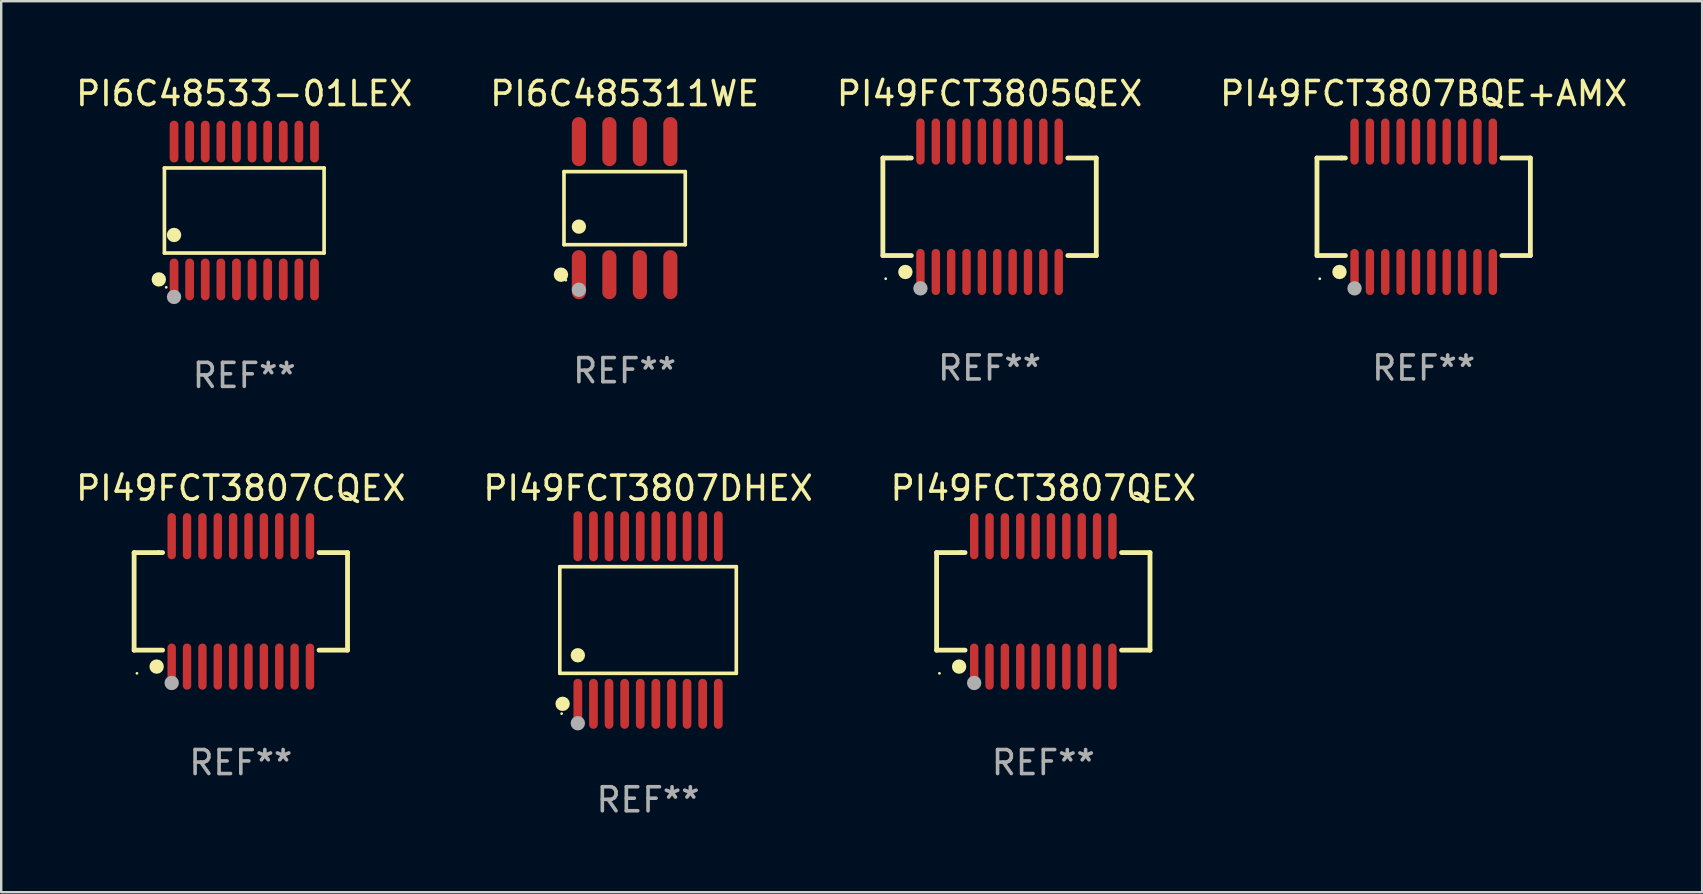
<source format=kicad_pcb>
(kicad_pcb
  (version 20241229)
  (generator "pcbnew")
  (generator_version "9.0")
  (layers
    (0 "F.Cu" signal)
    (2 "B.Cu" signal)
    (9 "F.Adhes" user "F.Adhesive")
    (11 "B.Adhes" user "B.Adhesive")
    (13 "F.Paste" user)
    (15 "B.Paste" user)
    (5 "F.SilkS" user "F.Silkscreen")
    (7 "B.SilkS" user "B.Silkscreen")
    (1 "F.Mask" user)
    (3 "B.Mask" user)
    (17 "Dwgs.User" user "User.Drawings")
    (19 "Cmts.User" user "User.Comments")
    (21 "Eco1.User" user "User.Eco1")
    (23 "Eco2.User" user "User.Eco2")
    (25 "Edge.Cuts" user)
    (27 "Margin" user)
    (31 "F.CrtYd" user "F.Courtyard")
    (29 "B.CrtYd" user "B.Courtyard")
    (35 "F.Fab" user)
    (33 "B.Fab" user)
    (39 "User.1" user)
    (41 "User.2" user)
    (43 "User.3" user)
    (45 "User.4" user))
  (footprint "PI6C485311WE"
    (layer "F.Cu")
    (at 22.97 5.621)
    (property "Reference" "PI6C485311WE" (at 0 -4.772 0) (layer "F.SilkS") (effects (font (size 1 1) (thickness 0.15))))
    (attr through_hole)
    (fp_line (start -2.526 -1.521) (end 2.526 -1.521) (stroke (width 0.152) (type solid)) (layer "F.SilkS"))
    (fp_line (start -2.526 1.521) (end -2.526 -1.521) (stroke (width 0.152) (type solid)) (layer "F.SilkS"))
    (fp_line (start 2.526 -1.521) (end 2.526 1.521) (stroke (width 0.152) (type solid)) (layer "F.SilkS"))
    (fp_line (start 2.526 1.521) (end -2.526 1.521) (stroke (width 0.152) (type solid)) (layer "F.SilkS"))
    (fp_circle (center -2.652 2.772) (end -2.501 2.772) (stroke (width 0.3) (type solid)) (fill no) (layer "F.SilkS"))
    (fp_circle (center -2.45 3) (end -2.42 3) (stroke (width 0.06) (type solid)) (fill no) (layer "F.SilkS"))
    (fp_circle (center -1.905 0.769) (end -1.755 0.769) (stroke (width 0.3) (type solid)) (fill no) (layer "F.SilkS"))
    (fp_circle (center -1.905 3.4) (end -1.755 3.4) (stroke (width 0.3) (type solid)) (fill no) (layer "F.Fab"))
    (fp_text user "REF**" (at 0 6.772 0) (layer "F.Fab") (effects (font (size 1 1) (thickness 0.15))))
    (pad "1" smd oval (at -1.905 2.772) (size 0.588 2.045) (layers "F.Cu" "F.Mask" "F.Paste"))
    (pad "2" smd oval (at -0.635 2.772) (size 0.588 2.045) (layers "F.Cu" "F.Mask" "F.Paste"))
    (pad "3" smd oval (at 0.635 2.772) (size 0.588 2.045) (layers "F.Cu" "F.Mask" "F.Paste"))
    (pad "4" smd oval (at 1.905 2.772) (size 0.588 2.045) (layers "F.Cu" "F.Mask" "F.Paste"))
    (pad "5" smd oval (at 1.905 -2.772) (size 0.588 2.045) (layers "F.Cu" "F.Mask" "F.Paste"))
    (pad "6" smd oval (at 0.635 -2.772) (size 0.588 2.045) (layers "F.Cu" "F.Mask" "F.Paste"))
    (pad "7" smd oval (at -0.635 -2.772) (size 0.588 2.045) (layers "F.Cu" "F.Mask" "F.Paste"))
    (pad "8" smd oval (at -1.905 -2.772) (size 0.588 2.045) (layers "F.Cu" "F.Mask" "F.Paste")))
  (footprint "PI49FCT3807DHEX"
    (layer "F.Cu")
    (at 23.946 22.778)
    (property "Reference" "PI49FCT3807DHEX" (at 0 -5.491 0) (layer "F.SilkS") (effects (font (size 1 1) (thickness 0.15))))
    (attr through_hole)
    (fp_line (start -3.676 -2.221) (end 3.676 -2.221) (stroke (width 0.152) (type solid)) (layer "F.SilkS"))
    (fp_line (start -3.676 2.221) (end -3.676 -2.221) (stroke (width 0.152) (type solid)) (layer "F.SilkS"))
    (fp_line (start 3.676 -2.221) (end 3.676 2.221) (stroke (width 0.152) (type solid)) (layer "F.SilkS"))
    (fp_line (start 3.676 2.221) (end -3.676 2.221) (stroke (width 0.152) (type solid)) (layer "F.SilkS"))
    (fp_circle (center -3.6 3.9) (end -3.57 3.9) (stroke (width 0.06) (type solid)) (fill no) (layer "F.SilkS"))
    (fp_circle (center -3.559 3.491) (end -3.409 3.491) (stroke (width 0.3) (type solid)) (fill no) (layer "F.SilkS"))
    (fp_circle (center -2.925 1.469) (end -2.775 1.469) (stroke (width 0.3) (type solid)) (fill no) (layer "F.SilkS"))
    (fp_circle (center -2.925 4.3) (end -2.775 4.3) (stroke (width 0.3) (type solid)) (fill no) (layer "F.Fab"))
    (fp_text user "REF**" (at 0 7.491 0) (layer "F.Fab") (effects (font (size 1 1) (thickness 0.15))))
    (pad "1" smd oval (at -2.925 3.491) (size 0.364 2.082) (layers "F.Cu" "F.Mask" "F.Paste"))
    (pad "2" smd oval (at -2.275 3.491) (size 0.364 2.082) (layers "F.Cu" "F.Mask" "F.Paste"))
    (pad "3" smd oval (at -1.625 3.491) (size 0.364 2.082) (layers "F.Cu" "F.Mask" "F.Paste"))
    (pad "4" smd oval (at -0.975 3.491) (size 0.364 2.082) (layers "F.Cu" "F.Mask" "F.Paste"))
    (pad "5" smd oval (at -0.325 3.491) (size 0.364 2.082) (layers "F.Cu" "F.Mask" "F.Paste"))
    (pad "6" smd oval (at 0.325 3.491) (size 0.364 2.082) (layers "F.Cu" "F.Mask" "F.Paste"))
    (pad "7" smd oval (at 0.975 3.491) (size 0.364 2.082) (layers "F.Cu" "F.Mask" "F.Paste"))
    (pad "8" smd oval (at 1.625 3.491) (size 0.364 2.082) (layers "F.Cu" "F.Mask" "F.Paste"))
    (pad "9" smd oval (at 2.275 3.491) (size 0.364 2.082) (layers "F.Cu" "F.Mask" "F.Paste"))
    (pad "10" smd oval (at 2.925 3.491) (size 0.364 2.082) (layers "F.Cu" "F.Mask" "F.Paste"))
    (pad "11" smd oval (at 2.925 -3.491) (size 0.364 2.082) (layers "F.Cu" "F.Mask" "F.Paste"))
    (pad "12" smd oval (at 2.275 -3.491) (size 0.364 2.082) (layers "F.Cu" "F.Mask" "F.Paste"))
    (pad "13" smd oval (at 1.625 -3.491) (size 0.364 2.082) (layers "F.Cu" "F.Mask" "F.Paste"))
    (pad "14" smd oval (at 0.975 -3.491) (size 0.364 2.082) (layers "F.Cu" "F.Mask" "F.Paste"))
    (pad "15" smd oval (at 0.325 -3.491) (size 0.364 2.082) (layers "F.Cu" "F.Mask" "F.Paste"))
    (pad "16" smd oval (at -0.325 -3.491) (size 0.364 2.082) (layers "F.Cu" "F.Mask" "F.Paste"))
    (pad "17" smd oval (at -0.975 -3.491) (size 0.364 2.082) (layers "F.Cu" "F.Mask" "F.Paste"))
    (pad "18" smd oval (at -1.625 -3.491) (size 0.364 2.082) (layers "F.Cu" "F.Mask" "F.Paste"))
    (pad "19" smd oval (at -2.275 -3.491) (size 0.364 2.082) (layers "F.Cu" "F.Mask" "F.Paste"))
    (pad "20" smd oval (at -2.925 -3.491) (size 0.364 2.082) (layers "F.Cu" "F.Mask" "F.Paste")))
  (footprint "PI49FCT3805QEX"
    (layer "F.Cu")
    (at 38.173 5.564)
    (property "Reference" "PI49FCT3805QEX" (at 0 -4.716 0) (layer "F.SilkS") (effects (font (size 1 1) (thickness 0.15))))
    (attr through_hole)
    (fp_line (start -4.445 -2.032) (end -4.445 2.032) (stroke (width 0.2) (type solid)) (layer "F.SilkS"))
    (fp_line (start -4.445 2.032) (end -3.259 2.032) (stroke (width 0.2) (type solid)) (layer "F.SilkS"))
    (fp_line (start -3.429 -2.032) (end -4.445 -2.032) (stroke (width 0.2) (type solid)) (layer "F.SilkS"))
    (fp_line (start -3.259 -2.032) (end -3.429 -2.032) (stroke (width 0.2) (type solid)) (layer "F.SilkS"))
    (fp_line (start 3.259 2.032) (end 4.445 2.032) (stroke (width 0.2) (type solid)) (layer "F.SilkS"))
    (fp_line (start 4.445 -2.032) (end 3.259 -2.032) (stroke (width 0.2) (type solid)) (layer "F.SilkS"))
    (fp_line (start 4.445 2.032) (end 4.445 -2.032) (stroke (width 0.2) (type solid)) (layer "F.SilkS"))
    (fp_circle (center -4.327 2.997) (end -4.297 2.997) (stroke (width 0.06) (type solid)) (fill no) (layer "F.SilkS"))
    (fp_circle (center -3.507 2.716) (end -3.357 2.716) (stroke (width 0.3) (type solid)) (fill no) (layer "F.SilkS"))
    (fp_circle (center -2.88 3.398) (end -2.73 3.398) (stroke (width 0.3) (type solid)) (fill no) (layer "F.Fab"))
    (fp_text user "REF**" (at 0 6.716 0) (layer "F.Fab") (effects (font (size 1 1) (thickness 0.15))))
    (pad "1" smd oval (at -2.88 2.716) (size 0.35 1.922) (layers "F.Cu" "F.Mask" "F.Paste"))
    (pad "2" smd oval (at -2.24 2.716) (size 0.35 1.922) (layers "F.Cu" "F.Mask" "F.Paste"))
    (pad "3" smd oval (at -1.6 2.716) (size 0.35 1.922) (layers "F.Cu" "F.Mask" "F.Paste"))
    (pad "4" smd oval (at -0.96 2.716) (size 0.35 1.922) (layers "F.Cu" "F.Mask" "F.Paste"))
    (pad "5" smd oval (at -0.32 2.716) (size 0.35 1.922) (layers "F.Cu" "F.Mask" "F.Paste"))
    (pad "6" smd oval (at 0.32 2.716) (size 0.35 1.922) (layers "F.Cu" "F.Mask" "F.Paste"))
    (pad "7" smd oval (at 0.96 2.716) (size 0.35 1.922) (layers "F.Cu" "F.Mask" "F.Paste"))
    (pad "8" smd oval (at 1.6 2.716) (size 0.35 1.922) (layers "F.Cu" "F.Mask" "F.Paste"))
    (pad "9" smd oval (at 2.24 2.716) (size 0.35 1.922) (layers "F.Cu" "F.Mask" "F.Paste"))
    (pad "10" smd oval (at 2.88 2.716) (size 0.35 1.922) (layers "F.Cu" "F.Mask" "F.Paste"))
    (pad "11" smd oval (at 2.88 -2.716) (size 0.35 1.922) (layers "F.Cu" "F.Mask" "F.Paste"))
    (pad "12" smd oval (at 2.24 -2.716) (size 0.35 1.922) (layers "F.Cu" "F.Mask" "F.Paste"))
    (pad "13" smd oval (at 1.6 -2.716) (size 0.35 1.922) (layers "F.Cu" "F.Mask" "F.Paste"))
    (pad "14" smd oval (at 0.96 -2.716) (size 0.35 1.922) (layers "F.Cu" "F.Mask" "F.Paste"))
    (pad "15" smd oval (at 0.32 -2.716) (size 0.35 1.922) (layers "F.Cu" "F.Mask" "F.Paste"))
    (pad "16" smd oval (at -0.32 -2.716) (size 0.35 1.922) (layers "F.Cu" "F.Mask" "F.Paste"))
    (pad "17" smd oval (at -0.96 -2.716) (size 0.35 1.922) (layers "F.Cu" "F.Mask" "F.Paste"))
    (pad "18" smd oval (at -1.6 -2.716) (size 0.35 1.922) (layers "F.Cu" "F.Mask" "F.Paste"))
    (pad "19" smd oval (at -2.24 -2.716) (size 0.35 1.922) (layers "F.Cu" "F.Mask" "F.Paste"))
    (pad "20" smd oval (at -2.88 -2.716) (size 0.35 1.922) (layers "F.Cu" "F.Mask" "F.Paste")))
  (footprint "PI49FCT3807CQEX"
    (layer "F.Cu")
    (at 6.982 22.002)
    (property "Reference" "PI49FCT3807CQEX" (at 0 -4.716 0) (layer "F.SilkS") (effects (font (size 1 1) (thickness 0.15))))
    (attr through_hole)
    (fp_line (start -4.445 -2.032) (end -4.445 2.032) (stroke (width 0.2) (type solid)) (layer "F.SilkS"))
    (fp_line (start -4.445 2.032) (end -3.259 2.032) (stroke (width 0.2) (type solid)) (layer "F.SilkS"))
    (fp_line (start -3.429 -2.032) (end -4.445 -2.032) (stroke (width 0.2) (type solid)) (layer "F.SilkS"))
    (fp_line (start -3.259 -2.032) (end -3.429 -2.032) (stroke (width 0.2) (type solid)) (layer "F.SilkS"))
    (fp_line (start 3.259 2.032) (end 4.445 2.032) (stroke (width 0.2) (type solid)) (layer "F.SilkS"))
    (fp_line (start 4.445 -2.032) (end 3.259 -2.032) (stroke (width 0.2) (type solid)) (layer "F.SilkS"))
    (fp_line (start 4.445 2.032) (end 4.445 -2.032) (stroke (width 0.2) (type solid)) (layer "F.SilkS"))
    (fp_circle (center -4.327 2.997) (end -4.297 2.997) (stroke (width 0.06) (type solid)) (fill no) (layer "F.SilkS"))
    (fp_circle (center -3.507 2.716) (end -3.357 2.716) (stroke (width 0.3) (type solid)) (fill no) (layer "F.SilkS"))
    (fp_circle (center -2.88 3.398) (end -2.73 3.398) (stroke (width 0.3) (type solid)) (fill no) (layer "F.Fab"))
    (fp_text user "REF**" (at 0 6.716 0) (layer "F.Fab") (effects (font (size 1 1) (thickness 0.15))))
    (pad "1" smd oval (at -2.88 2.716) (size 0.35 1.922) (layers "F.Cu" "F.Mask" "F.Paste"))
    (pad "2" smd oval (at -2.24 2.716) (size 0.35 1.922) (layers "F.Cu" "F.Mask" "F.Paste"))
    (pad "3" smd oval (at -1.6 2.716) (size 0.35 1.922) (layers "F.Cu" "F.Mask" "F.Paste"))
    (pad "4" smd oval (at -0.96 2.716) (size 0.35 1.922) (layers "F.Cu" "F.Mask" "F.Paste"))
    (pad "5" smd oval (at -0.32 2.716) (size 0.35 1.922) (layers "F.Cu" "F.Mask" "F.Paste"))
    (pad "6" smd oval (at 0.32 2.716) (size 0.35 1.922) (layers "F.Cu" "F.Mask" "F.Paste"))
    (pad "7" smd oval (at 0.96 2.716) (size 0.35 1.922) (layers "F.Cu" "F.Mask" "F.Paste"))
    (pad "8" smd oval (at 1.6 2.716) (size 0.35 1.922) (layers "F.Cu" "F.Mask" "F.Paste"))
    (pad "9" smd oval (at 2.24 2.716) (size 0.35 1.922) (layers "F.Cu" "F.Mask" "F.Paste"))
    (pad "10" smd oval (at 2.88 2.716) (size 0.35 1.922) (layers "F.Cu" "F.Mask" "F.Paste"))
    (pad "11" smd oval (at 2.88 -2.716) (size 0.35 1.922) (layers "F.Cu" "F.Mask" "F.Paste"))
    (pad "12" smd oval (at 2.24 -2.716) (size 0.35 1.922) (layers "F.Cu" "F.Mask" "F.Paste"))
    (pad "13" smd oval (at 1.6 -2.716) (size 0.35 1.922) (layers "F.Cu" "F.Mask" "F.Paste"))
    (pad "14" smd oval (at 0.96 -2.716) (size 0.35 1.922) (layers "F.Cu" "F.Mask" "F.Paste"))
    (pad "15" smd oval (at 0.32 -2.716) (size 0.35 1.922) (layers "F.Cu" "F.Mask" "F.Paste"))
    (pad "16" smd oval (at -0.32 -2.716) (size 0.35 1.922) (layers "F.Cu" "F.Mask" "F.Paste"))
    (pad "17" smd oval (at -0.96 -2.716) (size 0.35 1.922) (layers "F.Cu" "F.Mask" "F.Paste"))
    (pad "18" smd oval (at -1.6 -2.716) (size 0.35 1.922) (layers "F.Cu" "F.Mask" "F.Paste"))
    (pad "19" smd oval (at -2.24 -2.716) (size 0.35 1.922) (layers "F.Cu" "F.Mask" "F.Paste"))
    (pad "20" smd oval (at -2.88 -2.716) (size 0.35 1.922) (layers "F.Cu" "F.Mask" "F.Paste")))
  (footprint "PI49FCT3807BQE+AMX"
    (layer "F.Cu")
    (at 56.256 5.564)
    (property "Reference" "PI49FCT3807BQE+AMX" (at 0 -4.716 0) (layer "F.SilkS") (effects (font (size 1 1) (thickness 0.15))))
    (attr through_hole)
    (fp_line (start -4.445 -2.032) (end -4.445 2.032) (stroke (width 0.2) (type solid)) (layer "F.SilkS"))
    (fp_line (start -4.445 2.032) (end -3.259 2.032) (stroke (width 0.2) (type solid)) (layer "F.SilkS"))
    (fp_line (start -3.429 -2.032) (end -4.445 -2.032) (stroke (width 0.2) (type solid)) (layer "F.SilkS"))
    (fp_line (start -3.259 -2.032) (end -3.429 -2.032) (stroke (width 0.2) (type solid)) (layer "F.SilkS"))
    (fp_line (start 3.259 2.032) (end 4.445 2.032) (stroke (width 0.2) (type solid)) (layer "F.SilkS"))
    (fp_line (start 4.445 -2.032) (end 3.259 -2.032) (stroke (width 0.2) (type solid)) (layer "F.SilkS"))
    (fp_line (start 4.445 2.032) (end 4.445 -2.032) (stroke (width 0.2) (type solid)) (layer "F.SilkS"))
    (fp_circle (center -4.327 2.997) (end -4.297 2.997) (stroke (width 0.06) (type solid)) (fill no) (layer "F.SilkS"))
    (fp_circle (center -3.507 2.716) (end -3.357 2.716) (stroke (width 0.3) (type solid)) (fill no) (layer "F.SilkS"))
    (fp_circle (center -2.88 3.398) (end -2.73 3.398) (stroke (width 0.3) (type solid)) (fill no) (layer "F.Fab"))
    (fp_text user "REF**" (at 0 6.716 0) (layer "F.Fab") (effects (font (size 1 1) (thickness 0.15))))
    (pad "1" smd oval (at -2.88 2.716) (size 0.35 1.922) (layers "F.Cu" "F.Mask" "F.Paste"))
    (pad "2" smd oval (at -2.24 2.716) (size 0.35 1.922) (layers "F.Cu" "F.Mask" "F.Paste"))
    (pad "3" smd oval (at -1.6 2.716) (size 0.35 1.922) (layers "F.Cu" "F.Mask" "F.Paste"))
    (pad "4" smd oval (at -0.96 2.716) (size 0.35 1.922) (layers "F.Cu" "F.Mask" "F.Paste"))
    (pad "5" smd oval (at -0.32 2.716) (size 0.35 1.922) (layers "F.Cu" "F.Mask" "F.Paste"))
    (pad "6" smd oval (at 0.32 2.716) (size 0.35 1.922) (layers "F.Cu" "F.Mask" "F.Paste"))
    (pad "7" smd oval (at 0.96 2.716) (size 0.35 1.922) (layers "F.Cu" "F.Mask" "F.Paste"))
    (pad "8" smd oval (at 1.6 2.716) (size 0.35 1.922) (layers "F.Cu" "F.Mask" "F.Paste"))
    (pad "9" smd oval (at 2.24 2.716) (size 0.35 1.922) (layers "F.Cu" "F.Mask" "F.Paste"))
    (pad "10" smd oval (at 2.88 2.716) (size 0.35 1.922) (layers "F.Cu" "F.Mask" "F.Paste"))
    (pad "11" smd oval (at 2.88 -2.716) (size 0.35 1.922) (layers "F.Cu" "F.Mask" "F.Paste"))
    (pad "12" smd oval (at 2.24 -2.716) (size 0.35 1.922) (layers "F.Cu" "F.Mask" "F.Paste"))
    (pad "13" smd oval (at 1.6 -2.716) (size 0.35 1.922) (layers "F.Cu" "F.Mask" "F.Paste"))
    (pad "14" smd oval (at 0.96 -2.716) (size 0.35 1.922) (layers "F.Cu" "F.Mask" "F.Paste"))
    (pad "15" smd oval (at 0.32 -2.716) (size 0.35 1.922) (layers "F.Cu" "F.Mask" "F.Paste"))
    (pad "16" smd oval (at -0.32 -2.716) (size 0.35 1.922) (layers "F.Cu" "F.Mask" "F.Paste"))
    (pad "17" smd oval (at -0.96 -2.716) (size 0.35 1.922) (layers "F.Cu" "F.Mask" "F.Paste"))
    (pad "18" smd oval (at -1.6 -2.716) (size 0.35 1.922) (layers "F.Cu" "F.Mask" "F.Paste"))
    (pad "19" smd oval (at -2.24 -2.716) (size 0.35 1.922) (layers "F.Cu" "F.Mask" "F.Paste"))
    (pad "20" smd oval (at -2.88 -2.716) (size 0.35 1.922) (layers "F.Cu" "F.Mask" "F.Paste")))
  (footprint "PI49FCT3807QEX"
    (layer "F.Cu")
    (at 40.411 22.002)
    (property "Reference" "PI49FCT3807QEX" (at 0 -4.716 0) (layer "F.SilkS") (effects (font (size 1 1) (thickness 0.15))))
    (attr through_hole)
    (fp_line (start -4.445 -2.032) (end -4.445 2.032) (stroke (width 0.2) (type solid)) (layer "F.SilkS"))
    (fp_line (start -4.445 2.032) (end -3.259 2.032) (stroke (width 0.2) (type solid)) (layer "F.SilkS"))
    (fp_line (start -3.429 -2.032) (end -4.445 -2.032) (stroke (width 0.2) (type solid)) (layer "F.SilkS"))
    (fp_line (start -3.259 -2.032) (end -3.429 -2.032) (stroke (width 0.2) (type solid)) (layer "F.SilkS"))
    (fp_line (start 3.259 2.032) (end 4.445 2.032) (stroke (width 0.2) (type solid)) (layer "F.SilkS"))
    (fp_line (start 4.445 -2.032) (end 3.259 -2.032) (stroke (width 0.2) (type solid)) (layer "F.SilkS"))
    (fp_line (start 4.445 2.032) (end 4.445 -2.032) (stroke (width 0.2) (type solid)) (layer "F.SilkS"))
    (fp_circle (center -4.327 2.997) (end -4.297 2.997) (stroke (width 0.06) (type solid)) (fill no) (layer "F.SilkS"))
    (fp_circle (center -3.507 2.716) (end -3.357 2.716) (stroke (width 0.3) (type solid)) (fill no) (layer "F.SilkS"))
    (fp_circle (center -2.88 3.398) (end -2.73 3.398) (stroke (width 0.3) (type solid)) (fill no) (layer "F.Fab"))
    (fp_text user "REF**" (at 0 6.716 0) (layer "F.Fab") (effects (font (size 1 1) (thickness 0.15))))
    (pad "1" smd oval (at -2.88 2.716) (size 0.35 1.922) (layers "F.Cu" "F.Mask" "F.Paste"))
    (pad "2" smd oval (at -2.24 2.716) (size 0.35 1.922) (layers "F.Cu" "F.Mask" "F.Paste"))
    (pad "3" smd oval (at -1.6 2.716) (size 0.35 1.922) (layers "F.Cu" "F.Mask" "F.Paste"))
    (pad "4" smd oval (at -0.96 2.716) (size 0.35 1.922) (layers "F.Cu" "F.Mask" "F.Paste"))
    (pad "5" smd oval (at -0.32 2.716) (size 0.35 1.922) (layers "F.Cu" "F.Mask" "F.Paste"))
    (pad "6" smd oval (at 0.32 2.716) (size 0.35 1.922) (layers "F.Cu" "F.Mask" "F.Paste"))
    (pad "7" smd oval (at 0.96 2.716) (size 0.35 1.922) (layers "F.Cu" "F.Mask" "F.Paste"))
    (pad "8" smd oval (at 1.6 2.716) (size 0.35 1.922) (layers "F.Cu" "F.Mask" "F.Paste"))
    (pad "9" smd oval (at 2.24 2.716) (size 0.35 1.922) (layers "F.Cu" "F.Mask" "F.Paste"))
    (pad "10" smd oval (at 2.88 2.716) (size 0.35 1.922) (layers "F.Cu" "F.Mask" "F.Paste"))
    (pad "11" smd oval (at 2.88 -2.716) (size 0.35 1.922) (layers "F.Cu" "F.Mask" "F.Paste"))
    (pad "12" smd oval (at 2.24 -2.716) (size 0.35 1.922) (layers "F.Cu" "F.Mask" "F.Paste"))
    (pad "13" smd oval (at 1.6 -2.716) (size 0.35 1.922) (layers "F.Cu" "F.Mask" "F.Paste"))
    (pad "14" smd oval (at 0.96 -2.716) (size 0.35 1.922) (layers "F.Cu" "F.Mask" "F.Paste"))
    (pad "15" smd oval (at 0.32 -2.716) (size 0.35 1.922) (layers "F.Cu" "F.Mask" "F.Paste"))
    (pad "16" smd oval (at -0.32 -2.716) (size 0.35 1.922) (layers "F.Cu" "F.Mask" "F.Paste"))
    (pad "17" smd oval (at -0.96 -2.716) (size 0.35 1.922) (layers "F.Cu" "F.Mask" "F.Paste"))
    (pad "18" smd oval (at -1.6 -2.716) (size 0.35 1.922) (layers "F.Cu" "F.Mask" "F.Paste"))
    (pad "19" smd oval (at -2.24 -2.716) (size 0.35 1.922) (layers "F.Cu" "F.Mask" "F.Paste"))
    (pad "20" smd oval (at -2.88 -2.716) (size 0.35 1.922) (layers "F.Cu" "F.Mask" "F.Paste")))
  (footprint "PI6C48533-01LEX"
    (layer "F.Cu")
    (at 7.125 5.719)
    (property "Reference" "PI6C48533-01LEX" (at 0 -4.871 0) (layer "F.SilkS") (effects (font (size 1 1) (thickness 0.15))))
    (attr through_hole)
    (fp_line (start -3.326 -1.771) (end 3.326 -1.771) (stroke (width 0.152) (type solid)) (layer "F.SilkS"))
    (fp_line (start -3.326 1.771) (end -3.326 -1.771) (stroke (width 0.152) (type solid)) (layer "F.SilkS"))
    (fp_line (start 3.326 -1.771) (end 3.326 1.771) (stroke (width 0.152) (type solid)) (layer "F.SilkS"))
    (fp_line (start 3.326 1.771) (end -3.326 1.771) (stroke (width 0.152) (type solid)) (layer "F.SilkS"))
    (fp_circle (center -3.559 2.871) (end -3.409 2.871) (stroke (width 0.3) (type solid)) (fill no) (layer "F.SilkS"))
    (fp_circle (center -3.25 3.2) (end -3.22 3.2) (stroke (width 0.06) (type solid)) (fill no) (layer "F.SilkS"))
    (fp_circle (center -2.925 1.019) (end -2.775 1.019) (stroke (width 0.3) (type solid)) (fill no) (layer "F.SilkS"))
    (fp_circle (center -2.925 3.6) (end -2.775 3.6) (stroke (width 0.3) (type solid)) (fill no) (layer "F.Fab"))
    (fp_text user "REF**" (at 0 6.871 0) (layer "F.Fab") (effects (font (size 1 1) (thickness 0.15))))
    (pad "1" smd oval (at -2.925 2.871) (size 0.364 1.742) (layers "F.Cu" "F.Mask" "F.Paste"))
    (pad "2" smd oval (at -2.275 2.871) (size 0.364 1.742) (layers "F.Cu" "F.Mask" "F.Paste"))
    (pad "3" smd oval (at -1.625 2.871) (size 0.364 1.742) (layers "F.Cu" "F.Mask" "F.Paste"))
    (pad "4" smd oval (at -0.975 2.871) (size 0.364 1.742) (layers "F.Cu" "F.Mask" "F.Paste"))
    (pad "5" smd oval (at -0.325 2.871) (size 0.364 1.742) (layers "F.Cu" "F.Mask" "F.Paste"))
    (pad "6" smd oval (at 0.325 2.871) (size 0.364 1.742) (layers "F.Cu" "F.Mask" "F.Paste"))
    (pad "7" smd oval (at 0.975 2.871) (size 0.364 1.742) (layers "F.Cu" "F.Mask" "F.Paste"))
    (pad "8" smd oval (at 1.625 2.871) (size 0.364 1.742) (layers "F.Cu" "F.Mask" "F.Paste"))
    (pad "9" smd oval (at 2.275 2.871) (size 0.364 1.742) (layers "F.Cu" "F.Mask" "F.Paste"))
    (pad "10" smd oval (at 2.925 2.871) (size 0.364 1.742) (layers "F.Cu" "F.Mask" "F.Paste"))
    (pad "11" smd oval (at 2.925 -2.871) (size 0.364 1.742) (layers "F.Cu" "F.Mask" "F.Paste"))
    (pad "12" smd oval (at 2.275 -2.871) (size 0.364 1.742) (layers "F.Cu" "F.Mask" "F.Paste"))
    (pad "13" smd oval (at 1.625 -2.871) (size 0.364 1.742) (layers "F.Cu" "F.Mask" "F.Paste"))
    (pad "14" smd oval (at 0.975 -2.871) (size 0.364 1.742) (layers "F.Cu" "F.Mask" "F.Paste"))
    (pad "15" smd oval (at 0.325 -2.871) (size 0.364 1.742) (layers "F.Cu" "F.Mask" "F.Paste"))
    (pad "16" smd oval (at -0.325 -2.871) (size 0.364 1.742) (layers "F.Cu" "F.Mask" "F.Paste"))
    (pad "17" smd oval (at -0.975 -2.871) (size 0.364 1.742) (layers "F.Cu" "F.Mask" "F.Paste"))
    (pad "18" smd oval (at -1.625 -2.871) (size 0.364 1.742) (layers "F.Cu" "F.Mask" "F.Paste"))
    (pad "19" smd oval (at -2.275 -2.871) (size 0.364 1.742) (layers "F.Cu" "F.Mask" "F.Paste"))
    (pad "20" smd oval (at -2.925 -2.871) (size 0.364 1.742) (layers "F.Cu" "F.Mask" "F.Paste")))
  (gr_rect
    (start -3 -3)
    (end 67.857 34.117)
    (stroke (width 0.1) (type default))
    (fill no)
    (layer "Edge.Cuts")))
</source>
